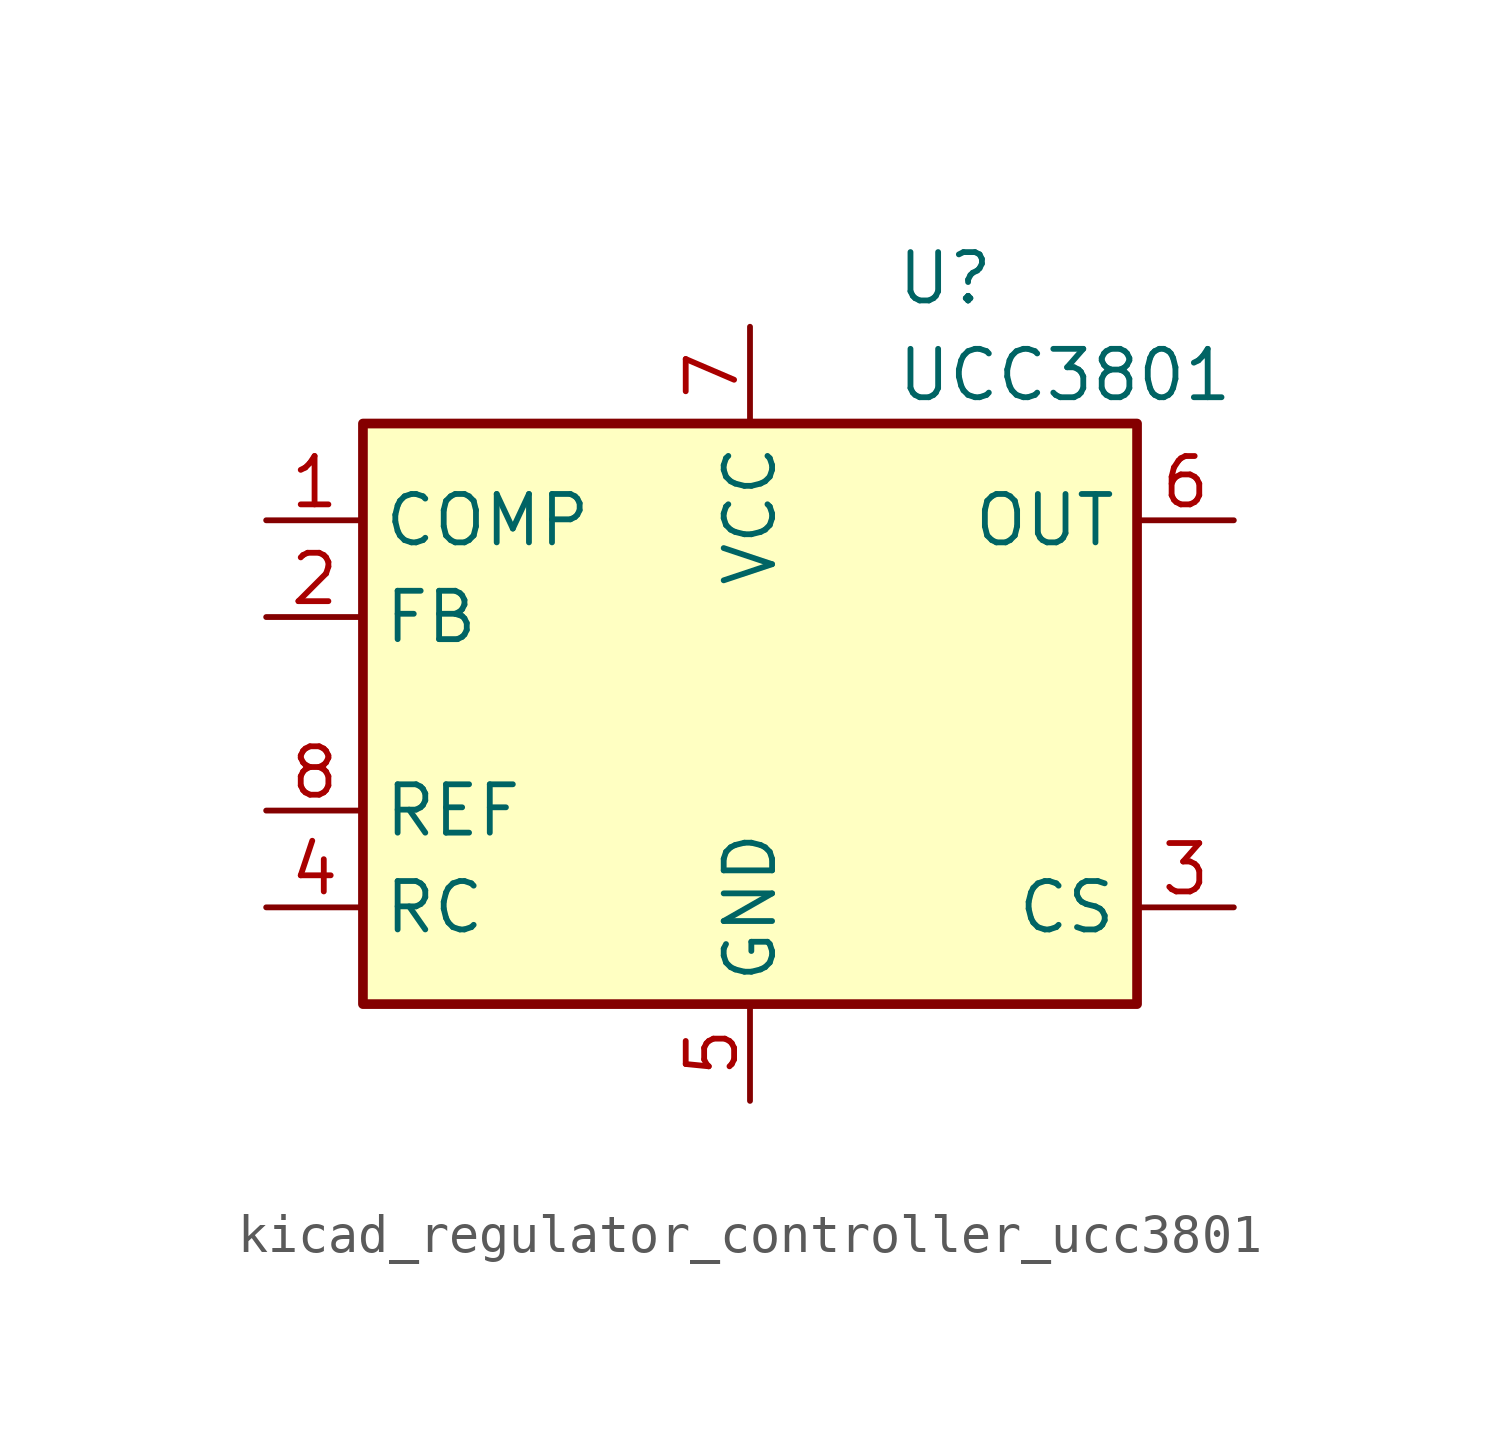
<source format=kicad_sym>
(kicad_symbol_lib
  (version 20220914)
  (generator kicad_symbol_editor)
  (symbol "kicad_regulator_controller_ucc3801"
    (property "Reference" "U"
      (at 3.81 11.43 0)
      (effects (font (size 1.27 1.27)) (justify left)))
    (property "Value" "UCC3801"
      (at 3.81 8.89 0)
      (effects (font (size 1.27 1.27)) (justify left)))
    (symbol "kicad_regulator_controller_ucc3801_0_1"
      (rectangle (start -10.16 -7.62) (end 10.16 7.62) (stroke (width 0.254) (type default)) (fill (type background))))
    (symbol "kicad_regulator_controller_ucc3801_1_1"
      (pin passive line (at -12.7 5.08 0) (length 2.54) (name "COMP" (effects (font (size 1.27 1.27)))) (number "1" (effects (font (size 1.27 1.27)))))
      (pin input line (at -12.7 2.54 0) (length 2.54) (name "FB" (effects (font (size 1.27 1.27)))) (number "2" (effects (font (size 1.27 1.27)))))
      (pin input line (at 12.7 -5.08 180) (length 2.54) (name "CS" (effects (font (size 1.27 1.27)))) (number "3" (effects (font (size 1.27 1.27)))))
      (pin passive line (at -12.7 -5.08 0) (length 2.54) (name "RC" (effects (font (size 1.27 1.27)))) (number "4" (effects (font (size 1.27 1.27)))))
      (pin power_in line (at 0 -10.16 90) (length 2.54) (name "GND" (effects (font (size 1.27 1.27)))) (number "5" (effects (font (size 1.27 1.27)))))
      (pin output line (at 12.7 5.08 180) (length 2.54) (name "OUT" (effects (font (size 1.27 1.27)))) (number "6" (effects (font (size 1.27 1.27)))))
      (pin power_in line (at 0 10.16 270) (length 2.54) (name "VCC" (effects (font (size 1.27 1.27)))) (number "7" (effects (font (size 1.27 1.27)))))
      (pin power_in line (at -12.7 -2.54 0) (length 2.54) (name "REF" (effects (font (size 1.27 1.27)))) (number "8" (effects (font (size 1.27 1.27))))))))
</source>
